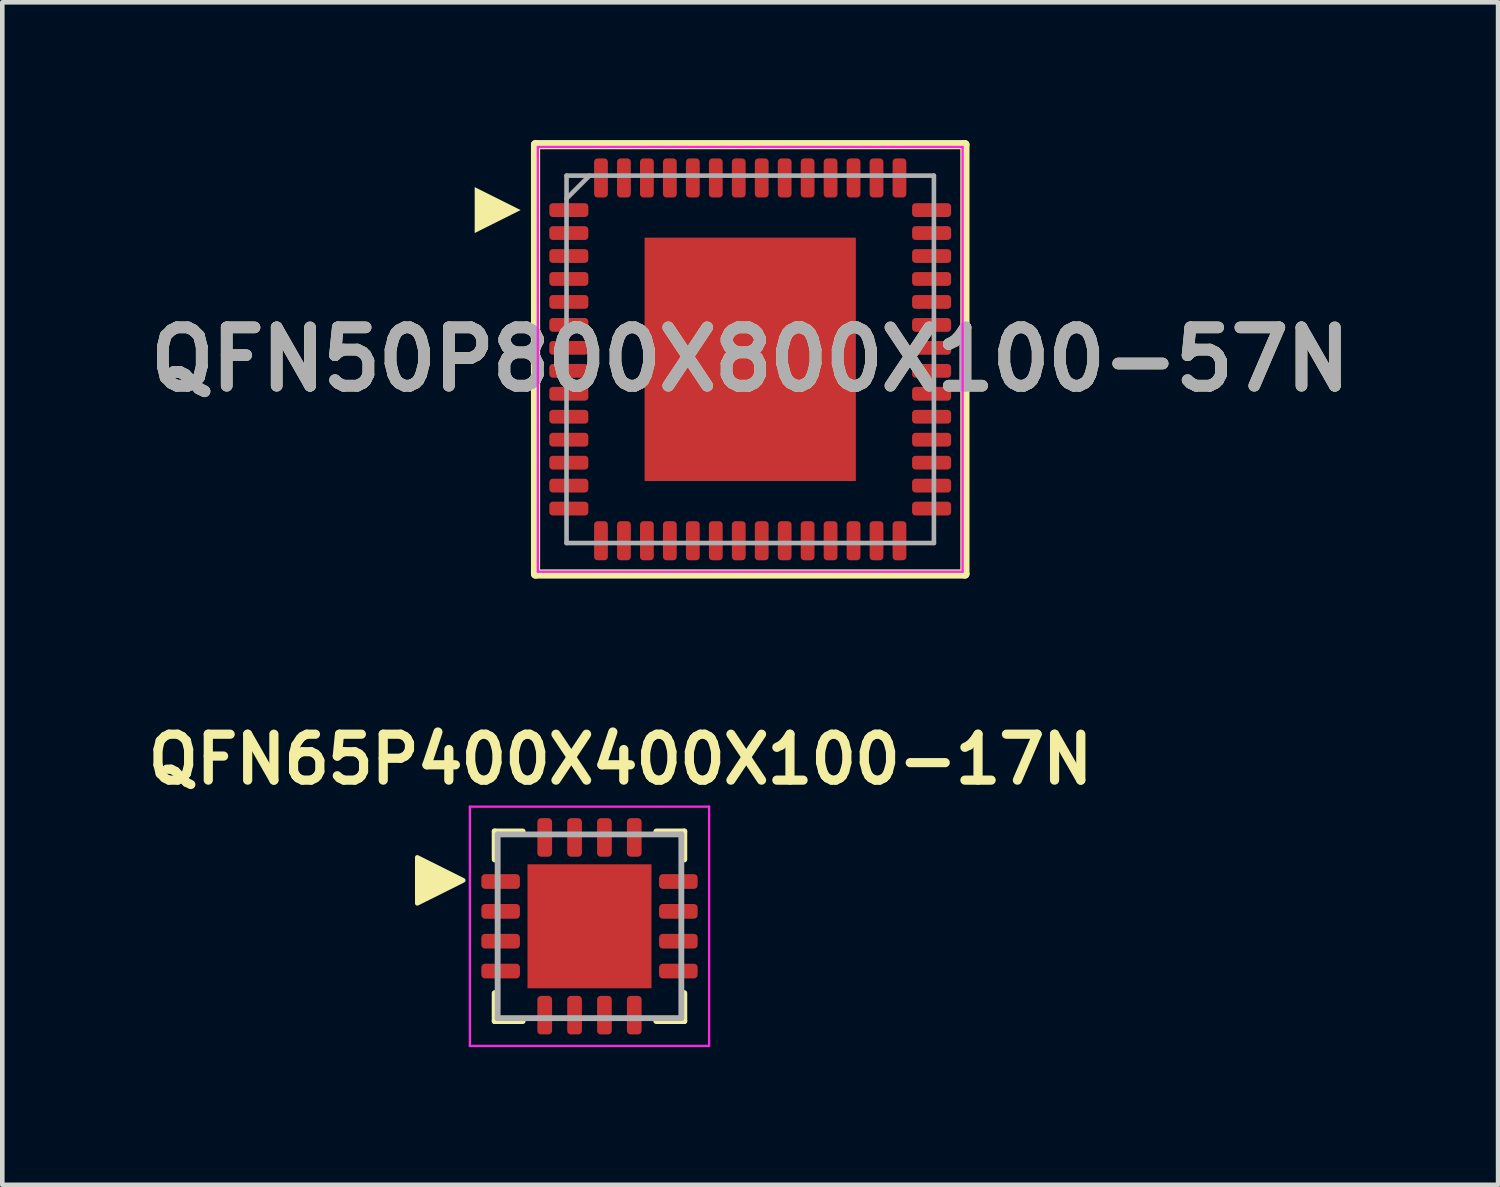
<source format=kicad_pcb>
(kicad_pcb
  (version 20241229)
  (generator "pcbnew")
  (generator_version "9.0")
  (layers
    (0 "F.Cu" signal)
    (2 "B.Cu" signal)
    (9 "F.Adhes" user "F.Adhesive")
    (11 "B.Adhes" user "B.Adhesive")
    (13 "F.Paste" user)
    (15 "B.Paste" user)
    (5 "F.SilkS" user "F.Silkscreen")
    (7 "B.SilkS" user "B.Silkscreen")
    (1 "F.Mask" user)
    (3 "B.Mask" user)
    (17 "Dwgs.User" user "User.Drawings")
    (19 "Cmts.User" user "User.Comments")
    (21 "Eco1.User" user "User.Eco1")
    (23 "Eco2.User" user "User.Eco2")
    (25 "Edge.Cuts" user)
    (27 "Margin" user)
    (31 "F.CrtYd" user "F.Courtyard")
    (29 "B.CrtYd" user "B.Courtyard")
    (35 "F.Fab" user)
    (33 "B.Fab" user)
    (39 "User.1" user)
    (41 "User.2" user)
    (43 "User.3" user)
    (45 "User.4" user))
  (footprint "QFN50P800X800X100-57N"
    (layer "F.Cu")
    (at 13.287 4.775)
    (property "Reference" "QFN50P800X800X100-57N" (at 0 0 0) (layer "F.SilkS") (effects (font (size 1.27 1.27) (thickness 0.254))))
    (attr smd)
    (fp_line (start -4.675 -4.675) (end 4.675 -4.675) (stroke (width 0.2) (type solid)) (layer "F.SilkS"))
    (fp_line (start -4.675 4.675) (end -4.675 -4.675) (stroke (width 0.2) (type solid)) (layer "F.SilkS"))
    (fp_line (start 4.675 -4.675) (end 4.675 4.675) (stroke (width 0.2) (type solid)) (layer "F.SilkS"))
    (fp_line (start 4.675 4.675) (end -4.675 4.675) (stroke (width 0.2) (type solid)) (layer "F.SilkS"))
    (fp_poly (pts (xy -5 -3.25) (xy -6 -2.75) (xy -6 -3.75)) (stroke (width 0) (type solid)) (fill yes) (layer "F.SilkS"))
    (fp_line (start -4.625 -4.625) (end 4.625 -4.625) (stroke (width 0.05) (type solid)) (layer "F.CrtYd"))
    (fp_line (start -4.625 4.625) (end -4.625 -4.625) (stroke (width 0.05) (type solid)) (layer "F.CrtYd"))
    (fp_line (start 4.625 -4.625) (end 4.625 4.625) (stroke (width 0.05) (type solid)) (layer "F.CrtYd"))
    (fp_line (start 4.625 4.625) (end -4.625 4.625) (stroke (width 0.05) (type solid)) (layer "F.CrtYd"))
    (fp_line (start -4 -4) (end 4 -4) (stroke (width 0.1) (type solid)) (layer "F.Fab"))
    (fp_line (start -4 -3.5) (end -3.5 -4) (stroke (width 0.1) (type solid)) (layer "F.Fab"))
    (fp_line (start -4 4) (end -4 -4) (stroke (width 0.1) (type solid)) (layer "F.Fab"))
    (fp_line (start 4 -4) (end 4 4) (stroke (width 0.1) (type solid)) (layer "F.Fab"))
    (fp_line (start 4 4) (end -4 4) (stroke (width 0.1) (type solid)) (layer "F.Fab"))
    (fp_text user "${REFERENCE}" (at 0 0 0) (layer "F.Fab") (effects (font (size 1.27 1.27) (thickness 0.254))))
    (pad "1" smd roundrect (at -3.95 -3.25 90) (size 0.3 0.85) (layers "F.Cu" "F.Mask" "F.Paste") (roundrect_rratio 0.25))
    (pad "2" smd roundrect (at -3.95 -2.75 90) (size 0.3 0.85) (layers "F.Cu" "F.Mask" "F.Paste") (roundrect_rratio 0.25))
    (pad "3" smd roundrect (at -3.95 -2.25 90) (size 0.3 0.85) (layers "F.Cu" "F.Mask" "F.Paste") (roundrect_rratio 0.25))
    (pad "4" smd roundrect (at -3.95 -1.75 90) (size 0.3 0.85) (layers "F.Cu" "F.Mask" "F.Paste") (roundrect_rratio 0.25))
    (pad "5" smd roundrect (at -3.95 -1.25 90) (size 0.3 0.85) (layers "F.Cu" "F.Mask" "F.Paste") (roundrect_rratio 0.25))
    (pad "6" smd roundrect (at -3.95 -0.75 90) (size 0.3 0.85) (layers "F.Cu" "F.Mask" "F.Paste") (roundrect_rratio 0.25))
    (pad "7" smd roundrect (at -3.95 -0.25 90) (size 0.3 0.85) (layers "F.Cu" "F.Mask" "F.Paste") (roundrect_rratio 0.25))
    (pad "8" smd roundrect (at -3.95 0.25 90) (size 0.3 0.85) (layers "F.Cu" "F.Mask" "F.Paste") (roundrect_rratio 0.25))
    (pad "9" smd roundrect (at -3.95 0.75 90) (size 0.3 0.85) (layers "F.Cu" "F.Mask" "F.Paste") (roundrect_rratio 0.25))
    (pad "10" smd roundrect (at -3.95 1.25 90) (size 0.3 0.85) (layers "F.Cu" "F.Mask" "F.Paste") (roundrect_rratio 0.25))
    (pad "11" smd roundrect (at -3.95 1.75 90) (size 0.3 0.85) (layers "F.Cu" "F.Mask" "F.Paste") (roundrect_rratio 0.25))
    (pad "12" smd roundrect (at -3.95 2.25 90) (size 0.3 0.85) (layers "F.Cu" "F.Mask" "F.Paste") (roundrect_rratio 0.25))
    (pad "13" smd roundrect (at -3.95 2.75 90) (size 0.3 0.85) (layers "F.Cu" "F.Mask" "F.Paste") (roundrect_rratio 0.25))
    (pad "14" smd roundrect (at -3.95 3.25 90) (size 0.3 0.85) (layers "F.Cu" "F.Mask" "F.Paste") (roundrect_rratio 0.25))
    (pad "15" smd roundrect (at -3.25 3.95) (size 0.3 0.85) (layers "F.Cu" "F.Mask" "F.Paste") (roundrect_rratio 0.25))
    (pad "16" smd roundrect (at -2.75 3.95) (size 0.3 0.85) (layers "F.Cu" "F.Mask" "F.Paste") (roundrect_rratio 0.25))
    (pad "17" smd roundrect (at -2.25 3.95) (size 0.3 0.85) (layers "F.Cu" "F.Mask" "F.Paste") (roundrect_rratio 0.25))
    (pad "18" smd roundrect (at -1.75 3.95) (size 0.3 0.85) (layers "F.Cu" "F.Mask" "F.Paste") (roundrect_rratio 0.25))
    (pad "19" smd roundrect (at -1.25 3.95) (size 0.3 0.85) (layers "F.Cu" "F.Mask" "F.Paste") (roundrect_rratio 0.25))
    (pad "20" smd roundrect (at -0.75 3.95) (size 0.3 0.85) (layers "F.Cu" "F.Mask" "F.Paste") (roundrect_rratio 0.25))
    (pad "21" smd roundrect (at -0.25 3.95) (size 0.3 0.85) (layers "F.Cu" "F.Mask" "F.Paste") (roundrect_rratio 0.25))
    (pad "22" smd roundrect (at 0.25 3.95) (size 0.3 0.85) (layers "F.Cu" "F.Mask" "F.Paste") (roundrect_rratio 0.25))
    (pad "23" smd roundrect (at 0.75 3.95) (size 0.3 0.85) (layers "F.Cu" "F.Mask" "F.Paste") (roundrect_rratio 0.25))
    (pad "24" smd roundrect (at 1.25 3.95) (size 0.3 0.85) (layers "F.Cu" "F.Mask" "F.Paste") (roundrect_rratio 0.25))
    (pad "25" smd roundrect (at 1.75 3.95) (size 0.3 0.85) (layers "F.Cu" "F.Mask" "F.Paste") (roundrect_rratio 0.25))
    (pad "26" smd roundrect (at 2.25 3.95) (size 0.3 0.85) (layers "F.Cu" "F.Mask" "F.Paste") (roundrect_rratio 0.25))
    (pad "27" smd roundrect (at 2.75 3.95) (size 0.3 0.85) (layers "F.Cu" "F.Mask" "F.Paste") (roundrect_rratio 0.25))
    (pad "28" smd roundrect (at 3.25 3.95) (size 0.3 0.85) (layers "F.Cu" "F.Mask" "F.Paste") (roundrect_rratio 0.25))
    (pad "29" smd roundrect (at 3.95 3.25 90) (size 0.3 0.85) (layers "F.Cu" "F.Mask" "F.Paste") (roundrect_rratio 0.25))
    (pad "30" smd roundrect (at 3.95 2.75 90) (size 0.3 0.85) (layers "F.Cu" "F.Mask" "F.Paste") (roundrect_rratio 0.25))
    (pad "31" smd roundrect (at 3.95 2.25 90) (size 0.3 0.85) (layers "F.Cu" "F.Mask" "F.Paste") (roundrect_rratio 0.25))
    (pad "32" smd roundrect (at 3.95 1.75 90) (size 0.3 0.85) (layers "F.Cu" "F.Mask" "F.Paste") (roundrect_rratio 0.25))
    (pad "33" smd roundrect (at 3.95 1.25 90) (size 0.3 0.85) (layers "F.Cu" "F.Mask" "F.Paste") (roundrect_rratio 0.25))
    (pad "34" smd roundrect (at 3.95 0.75 90) (size 0.3 0.85) (layers "F.Cu" "F.Mask" "F.Paste") (roundrect_rratio 0.25))
    (pad "35" smd roundrect (at 3.95 0.25 90) (size 0.3 0.85) (layers "F.Cu" "F.Mask" "F.Paste") (roundrect_rratio 0.25))
    (pad "36" smd roundrect (at 3.95 -0.25 90) (size 0.3 0.85) (layers "F.Cu" "F.Mask" "F.Paste") (roundrect_rratio 0.25))
    (pad "37" smd roundrect (at 3.95 -0.75 90) (size 0.3 0.85) (layers "F.Cu" "F.Mask" "F.Paste") (roundrect_rratio 0.25))
    (pad "38" smd roundrect (at 3.95 -1.25 90) (size 0.3 0.85) (layers "F.Cu" "F.Mask" "F.Paste") (roundrect_rratio 0.25))
    (pad "39" smd roundrect (at 3.95 -1.75 90) (size 0.3 0.85) (layers "F.Cu" "F.Mask" "F.Paste") (roundrect_rratio 0.25))
    (pad "40" smd roundrect (at 3.95 -2.25 90) (size 0.3 0.85) (layers "F.Cu" "F.Mask" "F.Paste") (roundrect_rratio 0.25))
    (pad "41" smd roundrect (at 3.95 -2.75 90) (size 0.3 0.85) (layers "F.Cu" "F.Mask" "F.Paste") (roundrect_rratio 0.25))
    (pad "42" smd roundrect (at 3.95 -3.25 90) (size 0.3 0.85) (layers "F.Cu" "F.Mask" "F.Paste") (roundrect_rratio 0.25))
    (pad "43" smd roundrect (at 3.25 -3.95) (size 0.3 0.85) (layers "F.Cu" "F.Mask" "F.Paste") (roundrect_rratio 0.25))
    (pad "44" smd roundrect (at 2.75 -3.95) (size 0.3 0.85) (layers "F.Cu" "F.Mask" "F.Paste") (roundrect_rratio 0.25))
    (pad "45" smd roundrect (at 2.25 -3.95) (size 0.3 0.85) (layers "F.Cu" "F.Mask" "F.Paste") (roundrect_rratio 0.25))
    (pad "46" smd roundrect (at 1.75 -3.95) (size 0.3 0.85) (layers "F.Cu" "F.Mask" "F.Paste") (roundrect_rratio 0.25))
    (pad "47" smd roundrect (at 1.25 -3.95) (size 0.3 0.85) (layers "F.Cu" "F.Mask" "F.Paste") (roundrect_rratio 0.25))
    (pad "48" smd roundrect (at 0.75 -3.95) (size 0.3 0.85) (layers "F.Cu" "F.Mask" "F.Paste") (roundrect_rratio 0.25))
    (pad "49" smd roundrect (at 0.25 -3.95) (size 0.3 0.85) (layers "F.Cu" "F.Mask" "F.Paste") (roundrect_rratio 0.25))
    (pad "50" smd roundrect (at -0.25 -3.95) (size 0.3 0.85) (layers "F.Cu" "F.Mask" "F.Paste") (roundrect_rratio 0.25))
    (pad "51" smd roundrect (at -0.75 -3.95) (size 0.3 0.85) (layers "F.Cu" "F.Mask" "F.Paste") (roundrect_rratio 0.25))
    (pad "52" smd roundrect (at -1.25 -3.95) (size 0.3 0.85) (layers "F.Cu" "F.Mask" "F.Paste") (roundrect_rratio 0.25))
    (pad "53" smd roundrect (at -1.75 -3.95) (size 0.3 0.85) (layers "F.Cu" "F.Mask" "F.Paste") (roundrect_rratio 0.25))
    (pad "54" smd roundrect (at -2.25 -3.95) (size 0.3 0.85) (layers "F.Cu" "F.Mask" "F.Paste") (roundrect_rratio 0.25))
    (pad "55" smd roundrect (at -2.75 -3.95) (size 0.3 0.85) (layers "F.Cu" "F.Mask" "F.Paste") (roundrect_rratio 0.25))
    (pad "56" smd roundrect (at -3.25 -3.95) (size 0.3 0.85) (layers "F.Cu" "F.Mask" "F.Paste") (roundrect_rratio 0.25))
    (pad "57" smd rect (at 0 0) (size 4.6 5.3) (layers "F.Cu" "F.Mask" "F.Paste")))
  (footprint "QFN65P400X400X100-17N"
    (layer "F.Cu")
    (at 9.787 17.121)
    (property "Reference" "QFN65P400X400X100-17N" (at 0.675 -3.635 0) (layer "F.SilkS") (effects (font (size 1 1) (thickness 0.2))))
    (attr through_hole)
    (fp_line (start -2.065 -2.065) (end -2.065 -1.455) (stroke (width 0.127) (type solid)) (layer "F.SilkS"))
    (fp_line (start -2.065 -2.065) (end -1.455 -2.065) (stroke (width 0.127) (type solid)) (layer "F.SilkS"))
    (fp_line (start -2.065 2.065) (end -2.065 1.455) (stroke (width 0.127) (type solid)) (layer "F.SilkS"))
    (fp_line (start -2.065 2.065) (end -1.455 2.065) (stroke (width 0.127) (type solid)) (layer "F.SilkS"))
    (fp_line (start 2.065 -2.065) (end 1.455 -2.065) (stroke (width 0.127) (type solid)) (layer "F.SilkS"))
    (fp_line (start 2.065 -2.065) (end 2.065 -1.455) (stroke (width 0.127) (type solid)) (layer "F.SilkS"))
    (fp_line (start 2.065 2.065) (end 1.455 2.065) (stroke (width 0.127) (type solid)) (layer "F.SilkS"))
    (fp_line (start 2.065 2.065) (end 2.065 1.455) (stroke (width 0.127) (type solid)) (layer "F.SilkS"))
    (fp_poly (pts (xy -2.75 -1) (xy -3.75 -0.5) (xy -3.75 -1.5)) (stroke (width 0.1) (type solid)) (fill yes) (layer "F.SilkS"))
    (fp_poly (pts (xy -0.85 -0.85) (xy 0.85 -0.85) (xy 0.85 0.85) (xy -0.85 0.85)) (stroke (width 0.01) (type solid)) (fill yes) (layer "F.Paste"))
    (fp_line (start -2.605 -2.605) (end 2.605 -2.605) (stroke (width 0.05) (type solid)) (layer "F.CrtYd"))
    (fp_line (start -2.605 2.605) (end -2.605 -2.605) (stroke (width 0.05) (type solid)) (layer "F.CrtYd"))
    (fp_line (start -2.605 2.605) (end 2.605 2.605) (stroke (width 0.05) (type solid)) (layer "F.CrtYd"))
    (fp_line (start 2.605 2.605) (end 2.605 -2.605) (stroke (width 0.05) (type solid)) (layer "F.CrtYd"))
    (fp_line (start -2 2) (end -2 -2) (stroke (width 0.127) (type solid)) (layer "F.Fab"))
    (fp_line (start 2 -2) (end -2 -2) (stroke (width 0.127) (type solid)) (layer "F.Fab"))
    (fp_line (start 2 2) (end -2 2) (stroke (width 0.127) (type solid)) (layer "F.Fab"))
    (fp_line (start 2 2) (end 2 -2) (stroke (width 0.127) (type solid)) (layer "F.Fab"))
    (pad "1" smd roundrect (at -1.935 -0.975) (size 0.84 0.32) (layers "F.Cu" "F.Mask" "F.Paste") (roundrect_rratio 0.25))
    (pad "2" smd roundrect (at -1.935 -0.325) (size 0.84 0.32) (layers "F.Cu" "F.Mask" "F.Paste") (roundrect_rratio 0.25))
    (pad "3" smd roundrect (at -1.935 0.325) (size 0.84 0.32) (layers "F.Cu" "F.Mask" "F.Paste") (roundrect_rratio 0.25))
    (pad "4" smd roundrect (at -1.935 0.975) (size 0.84 0.32) (layers "F.Cu" "F.Mask" "F.Paste") (roundrect_rratio 0.25))
    (pad "5" smd roundrect (at -0.975 1.935) (size 0.32 0.84) (layers "F.Cu" "F.Mask" "F.Paste") (roundrect_rratio 0.25))
    (pad "6" smd roundrect (at -0.325 1.935) (size 0.32 0.84) (layers "F.Cu" "F.Mask" "F.Paste") (roundrect_rratio 0.25))
    (pad "7" smd roundrect (at 0.325 1.935) (size 0.32 0.84) (layers "F.Cu" "F.Mask" "F.Paste") (roundrect_rratio 0.25))
    (pad "8" smd roundrect (at 0.975 1.935) (size 0.32 0.84) (layers "F.Cu" "F.Mask" "F.Paste") (roundrect_rratio 0.25))
    (pad "9" smd roundrect (at 1.935 0.975) (size 0.84 0.32) (layers "F.Cu" "F.Mask" "F.Paste") (roundrect_rratio 0.25))
    (pad "10" smd roundrect (at 1.935 0.325) (size 0.84 0.32) (layers "F.Cu" "F.Mask" "F.Paste") (roundrect_rratio 0.25))
    (pad "11" smd roundrect (at 1.935 -0.325) (size 0.84 0.32) (layers "F.Cu" "F.Mask" "F.Paste") (roundrect_rratio 0.25))
    (pad "12" smd roundrect (at 1.935 -0.975) (size 0.84 0.32) (layers "F.Cu" "F.Mask" "F.Paste") (roundrect_rratio 0.25))
    (pad "13" smd roundrect (at 0.975 -1.935) (size 0.32 0.84) (layers "F.Cu" "F.Mask" "F.Paste") (roundrect_rratio 0.25))
    (pad "14" smd roundrect (at 0.325 -1.935) (size 0.32 0.84) (layers "F.Cu" "F.Mask" "F.Paste") (roundrect_rratio 0.25))
    (pad "15" smd roundrect (at -0.325 -1.935) (size 0.32 0.84) (layers "F.Cu" "F.Mask" "F.Paste") (roundrect_rratio 0.25))
    (pad "16" smd roundrect (at -0.975 -1.935) (size 0.32 0.84) (layers "F.Cu" "F.Mask" "F.Paste") (roundrect_rratio 0.25))
    (pad "17" smd rect (at 0 0) (size 2.7 2.7) (layers "F.Cu" "F.Mask")))
  (gr_rect
    (start -3 -3)
    (end 29.573 22.751)
    (stroke (width 0.1) (type default))
    (fill no)
    (layer "Edge.Cuts")))
</source>
